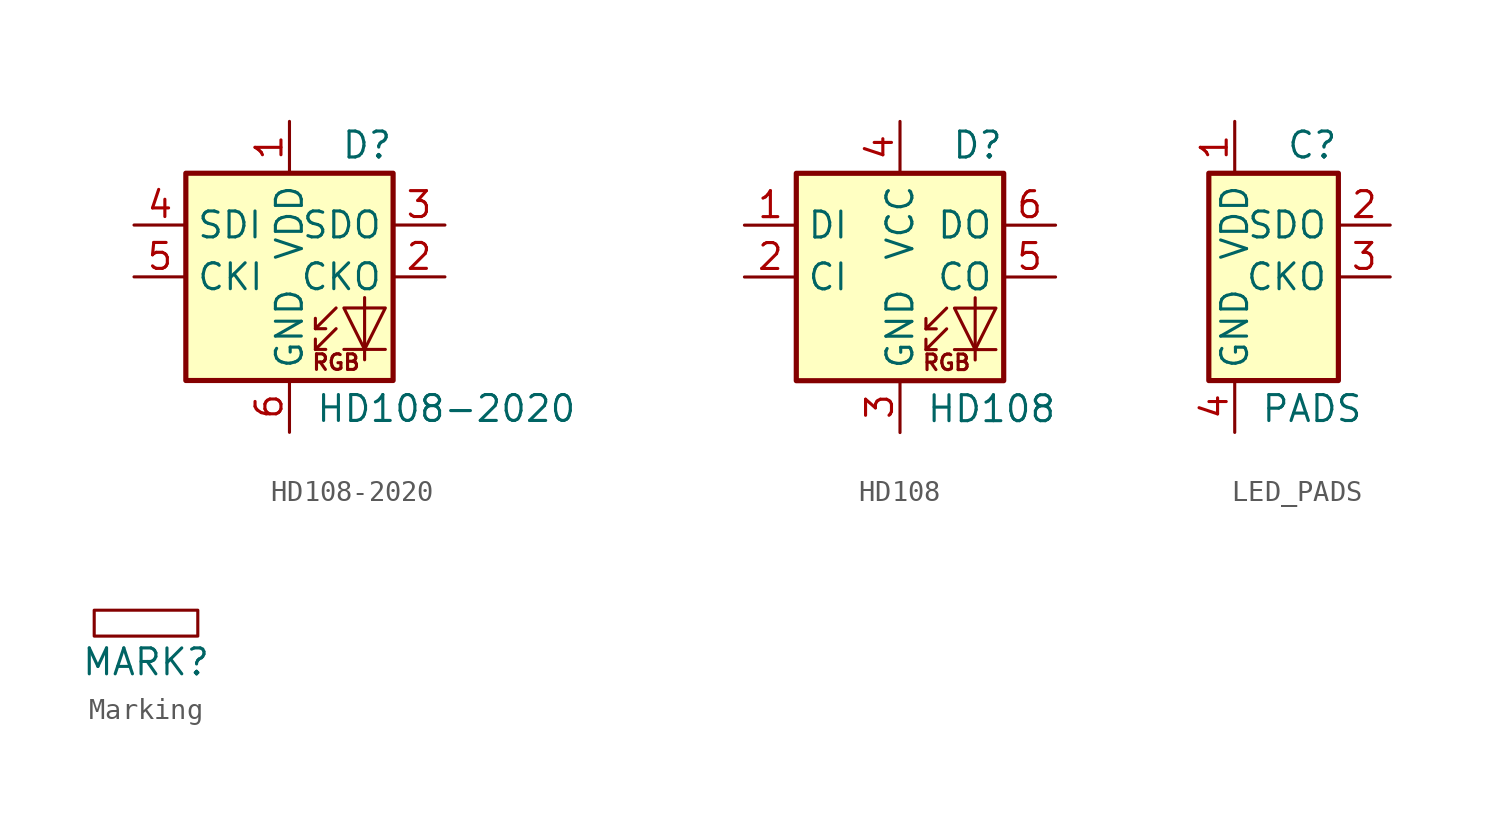
<source format=kicad_sym>
(kicad_symbol_lib
  (version 20220914)
  (generator kicad_symbol_editor)
  (symbol "HD108-2020"
    (property "Reference" "D"
      (at 5.08 5.715 0)
      (effects (font (size 1.27 1.27)) (justify right bottom)))
    (property "Value" "HD108-2020"
      (at 1.27 -5.715 0)
      (effects (font (size 1.27 1.27)) (justify left top)))
    (symbol "HD108-2020_0_0"
      (text "RGB" (at 2.286 -4.191 0) (effects (font (size 0.762 0.762)))))
    (symbol "HD108-2020_0_1"
      (polyline (pts (xy 1.27 -3.556) (xy 1.778 -3.556)) (stroke (width 0) (type default)) (fill (type none)))
      (polyline (pts (xy 1.27 -2.54) (xy 1.778 -2.54)) (stroke (width 0) (type default)) (fill (type none)))
      (polyline (pts (xy 4.699 -3.556) (xy 2.667 -3.556)) (stroke (width 0) (type default)) (fill (type none)))
      (polyline (pts (xy 2.286 -2.54) (xy 1.27 -3.556) (xy 1.27 -3.048)) (stroke (width 0) (type default)) (fill (type none)))
      (polyline (pts (xy 2.286 -1.524) (xy 1.27 -2.54) (xy 1.27 -2.032)) (stroke (width 0) (type default)) (fill (type none)))
      (polyline (pts (xy 3.683 -1.016) (xy 3.683 -3.556) (xy 3.683 -4.064)) (stroke (width 0) (type default)) (fill (type none)))
      (polyline (pts (xy 4.699 -1.524) (xy 2.667 -1.524) (xy 3.683 -3.556) (xy 4.699 -1.524)) (stroke (width 0) (type default)) (fill (type none)))
      (rectangle (start 5.08 5.08) (end -5.08 -5.08) (stroke (width 0.254) (type default)) (fill (type background))))
    (symbol "HD108-2020_1_1"
      (pin power_in line (at 0 7.62 270) (length 2.54) (name "VDD" (effects (font (size 1.27 1.27)))) (number "1" (effects (font (size 1.27 1.27)))))
      (pin output line (at 7.62 0 180) (length 2.54) (name "CKO" (effects (font (size 1.27 1.27)))) (number "2" (effects (font (size 1.27 1.27)))))
      (pin output line (at 7.62 2.54 180) (length 2.54) (name "SDO" (effects (font (size 1.27 1.27)))) (number "3" (effects (font (size 1.27 1.27)))))
      (pin input line (at -7.62 2.54 0) (length 2.54) (name "SDI" (effects (font (size 1.27 1.27)))) (number "4" (effects (font (size 1.27 1.27)))))
      (pin input line (at -7.62 0 0) (length 2.54) (name "CKI" (effects (font (size 1.27 1.27)))) (number "5" (effects (font (size 1.27 1.27)))))
      (pin power_in line (at 0 -7.62 90) (length 2.54) (name "GND" (effects (font (size 1.27 1.27)))) (number "6" (effects (font (size 1.27 1.27)))))))
  (symbol "HD108"
    (property "Reference" "D"
      (at 5.08 5.715 0)
      (effects (font (size 1.27 1.27)) (justify right bottom)))
    (property "Value" "HD108"
      (at 1.27 -5.715 0)
      (effects (font (size 1.27 1.27)) (justify left top)))
    (symbol "HD108_0_0"
      (text "RGB" (at 2.286 -4.191 0) (effects (font (size 0.762 0.762)))))
    (symbol "HD108_0_1"
      (rectangle (start -5.08 5.08) (end 5.08 -5.08) (stroke (width 0.254) (type default)) (fill (type background)))
      (polyline (pts (xy 1.27 -3.556) (xy 1.778 -3.556)) (stroke (width 0) (type default)) (fill (type none)))
      (polyline (pts (xy 1.27 -2.54) (xy 1.778 -2.54)) (stroke (width 0) (type default)) (fill (type none)))
      (polyline (pts (xy 4.699 -3.556) (xy 2.667 -3.556)) (stroke (width 0) (type default)) (fill (type none)))
      (polyline (pts (xy 2.286 -2.54) (xy 1.27 -3.556) (xy 1.27 -3.048)) (stroke (width 0) (type default)) (fill (type none)))
      (polyline (pts (xy 2.286 -1.524) (xy 1.27 -2.54) (xy 1.27 -2.032)) (stroke (width 0) (type default)) (fill (type none)))
      (polyline (pts (xy 3.683 -1.016) (xy 3.683 -3.556) (xy 3.683 -4.064)) (stroke (width 0) (type default)) (fill (type none)))
      (polyline (pts (xy 4.699 -1.524) (xy 2.667 -1.524) (xy 3.683 -3.556) (xy 4.699 -1.524)) (stroke (width 0) (type default)) (fill (type none))))
    (symbol "HD108_1_1"
      (pin input line (at -7.62 2.54 0) (length 2.54) (name "DI" (effects (font (size 1.27 1.27)))) (number "1" (effects (font (size 1.27 1.27)))))
      (pin input line (at -7.62 0 0) (length 2.54) (name "CI" (effects (font (size 1.27 1.27)))) (number "2" (effects (font (size 1.27 1.27)))))
      (pin power_in line (at 0 -7.62 90) (length 2.54) (name "GND" (effects (font (size 1.27 1.27)))) (number "3" (effects (font (size 1.27 1.27)))))
      (pin power_in line (at 0 7.62 270) (length 2.54) (name "VCC" (effects (font (size 1.27 1.27)))) (number "4" (effects (font (size 1.27 1.27)))))
      (pin output line (at 7.62 0 180) (length 2.54) (name "CO" (effects (font (size 1.27 1.27)))) (number "5" (effects (font (size 1.27 1.27)))))
      (pin output line (at 7.62 2.54 180) (length 2.54) (name "DO" (effects (font (size 1.27 1.27)))) (number "6" (effects (font (size 1.27 1.27)))))))
  (symbol "LED_PADS"
    (property "Reference" "C"
      (at 5.08 5.715 0)
      (effects (font (size 1.27 1.27)) (justify right bottom)))
    (property "Value" "PADS"
      (at 1.27 -5.715 0)
      (effects (font (size 1.27 1.27)) (justify left top)))
    (symbol "LED_PADS_0_1"
      (rectangle (start -1.27 5.08) (end 5.08 -5.08) (stroke (width 0.254) (type default)) (fill (type background))))
    (symbol "LED_PADS_1_1"
      (pin passive line (at 0 7.62 270) (length 2.54) (name "VDD" (effects (font (size 1.27 1.27)))) (number "1" (effects (font (size 1.27 1.27)))))
      (pin passive line (at 7.62 2.54 180) (length 2.54) (name "SDO" (effects (font (size 1.27 1.27)))) (number "2" (effects (font (size 1.27 1.27)))))
      (pin passive line (at 7.62 0 180) (length 2.54) (name "CKO" (effects (font (size 1.27 1.27)))) (number "3" (effects (font (size 1.27 1.27)))))
      (pin passive line (at 0 -7.62 90) (length 2.54) (name "GND" (effects (font (size 1.27 1.27)))) (number "4" (effects (font (size 1.27 1.27)))))))
  (symbol "Marking"
    (property "Reference" "MARK"
      (at 0 -1.27 0)
      (effects (font (size 1.27 1.27))))
    (property "Value" ""
      (at 0 0 0)
      (effects (font (size 1.27 1.27))))
    (symbol "Marking_0_1"
      (polyline (pts (xy -2.54 1.27) (xy -2.54 0) (xy 2.54 0) (xy 2.54 1.27) (xy -2.54 1.27)) (stroke (width 0) (type default)) (fill (type none))))))
</source>
